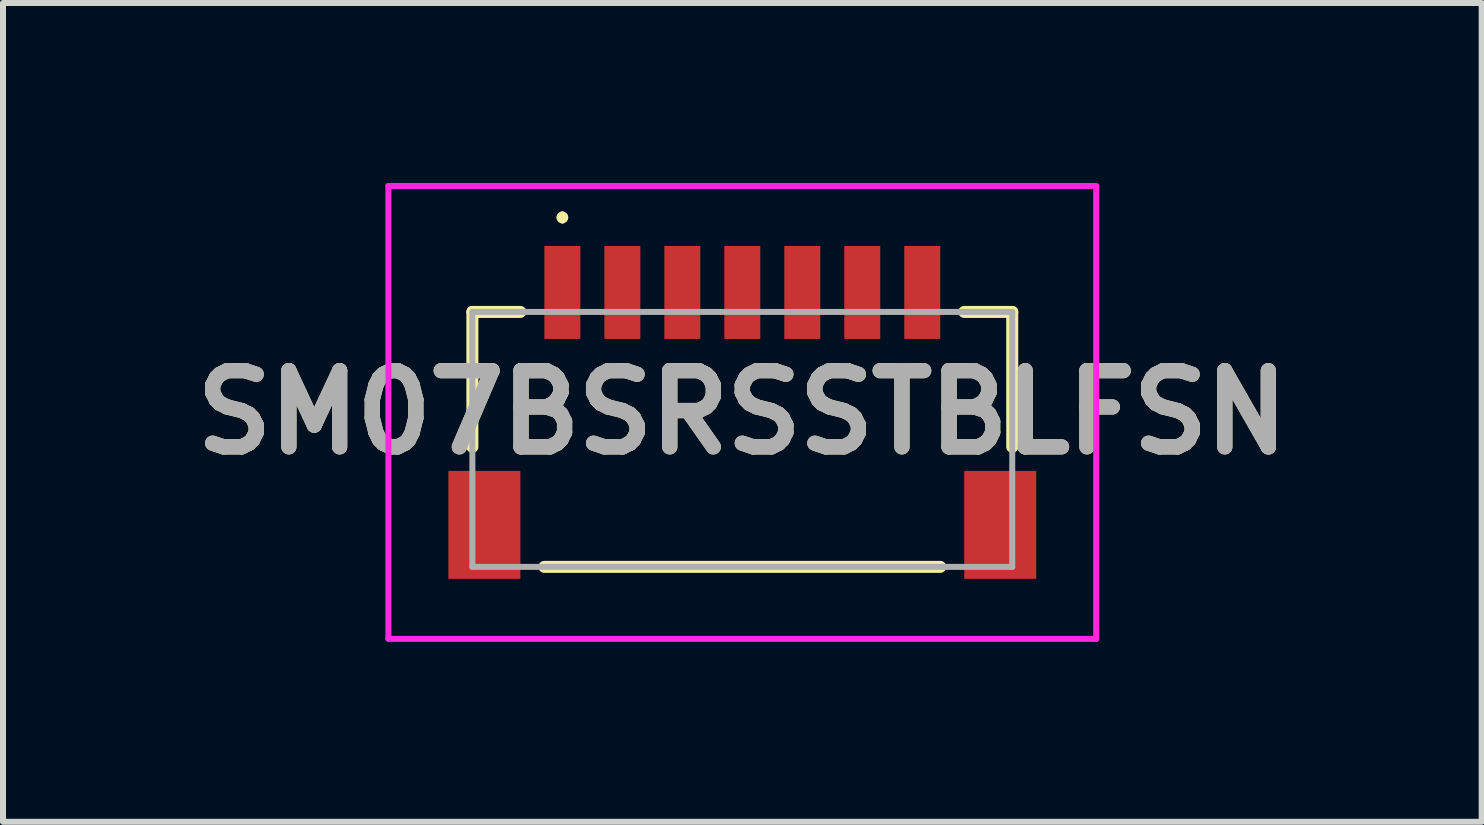
<source format=kicad_pcb>
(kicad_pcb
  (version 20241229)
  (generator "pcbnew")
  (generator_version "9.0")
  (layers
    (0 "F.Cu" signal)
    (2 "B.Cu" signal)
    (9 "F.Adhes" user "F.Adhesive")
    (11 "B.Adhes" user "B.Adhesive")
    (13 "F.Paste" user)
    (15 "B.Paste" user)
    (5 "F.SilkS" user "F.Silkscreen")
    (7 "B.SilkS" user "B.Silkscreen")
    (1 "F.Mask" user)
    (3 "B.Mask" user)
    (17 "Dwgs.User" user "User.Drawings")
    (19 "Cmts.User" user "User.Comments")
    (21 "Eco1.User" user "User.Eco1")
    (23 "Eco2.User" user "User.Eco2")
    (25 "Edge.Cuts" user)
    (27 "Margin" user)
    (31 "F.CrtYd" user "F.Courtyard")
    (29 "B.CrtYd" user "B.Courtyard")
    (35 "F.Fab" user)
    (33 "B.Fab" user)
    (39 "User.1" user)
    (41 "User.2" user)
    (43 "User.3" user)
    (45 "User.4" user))
  (footprint "SM07BSRSSTBLFSN"
    (layer "F.Cu")
    (at 9.325 3.825)
    (property "Reference" "SM07BSRSSTBLFSN" (at 0 0 0) (layer "F.SilkS") (effects (font (size 1.27 1.27) (thickness 0.254))))
    (attr smd)
    (fp_line (start -4.5 -1.675) (end -4.5 0.575) (stroke (width 0.2) (type solid)) (layer "F.SilkS"))
    (fp_line (start -3.7 -1.675) (end -4.5 -1.675) (stroke (width 0.2) (type solid)) (layer "F.SilkS"))
    (fp_line (start -3.3 2.575) (end 3.3 2.575) (stroke (width 0.2) (type solid)) (layer "F.SilkS"))
    (fp_line (start -3 -3.3) (end -3 -3.3) (stroke (width 0.1) (type solid)) (layer "F.SilkS"))
    (fp_line (start -3 -3.2) (end -3 -3.2) (stroke (width 0.1) (type solid)) (layer "F.SilkS"))
    (fp_line (start 3.7 -1.675) (end 4.5 -1.675) (stroke (width 0.2) (type solid)) (layer "F.SilkS"))
    (fp_line (start 4.5 -1.675) (end 4.5 0.575) (stroke (width 0.2) (type solid)) (layer "F.SilkS"))
    (fp_arc (start -3 -3.3) (mid -2.95 -3.25) (end -3 -3.2) (stroke (width 0.1) (type solid)) (layer "F.SilkS"))
    (fp_arc (start -3 -3.2) (mid -3.05 -3.25) (end -3 -3.3) (stroke (width 0.1) (type solid)) (layer "F.SilkS"))
    (fp_line (start -5.9 -3.775) (end 5.9 -3.775) (stroke (width 0.1) (type solid)) (layer "F.CrtYd"))
    (fp_line (start -5.9 3.775) (end -5.9 -3.775) (stroke (width 0.1) (type solid)) (layer "F.CrtYd"))
    (fp_line (start 5.9 -3.775) (end 5.9 3.775) (stroke (width 0.1) (type solid)) (layer "F.CrtYd"))
    (fp_line (start 5.9 3.775) (end -5.9 3.775) (stroke (width 0.1) (type solid)) (layer "F.CrtYd"))
    (fp_line (start -4.5 -1.675) (end 4.5 -1.675) (stroke (width 0.1) (type solid)) (layer "F.Fab"))
    (fp_line (start -4.5 2.575) (end -4.5 -1.675) (stroke (width 0.1) (type solid)) (layer "F.Fab"))
    (fp_line (start 4.5 -1.675) (end 4.5 2.575) (stroke (width 0.1) (type solid)) (layer "F.Fab"))
    (fp_line (start 4.5 2.575) (end -4.5 2.575) (stroke (width 0.1) (type solid)) (layer "F.Fab"))
    (fp_text user "${REFERENCE}" (at 0 0 0) (layer "F.Fab") (effects (font (size 1.27 1.27) (thickness 0.254))))
    (pad "1" smd rect (at -3 -2) (size 0.6 1.55) (layers "F.Cu" "F.Mask" "F.Paste"))
    (pad "2" smd rect (at -2 -2) (size 0.6 1.55) (layers "F.Cu" "F.Mask" "F.Paste"))
    (pad "3" smd rect (at -1 -2) (size 0.6 1.55) (layers "F.Cu" "F.Mask" "F.Paste"))
    (pad "4" smd rect (at 0 -2) (size 0.6 1.55) (layers "F.Cu" "F.Mask" "F.Paste"))
    (pad "5" smd rect (at 1 -2) (size 0.6 1.55) (layers "F.Cu" "F.Mask" "F.Paste"))
    (pad "6" smd rect (at 2 -2) (size 0.6 1.55) (layers "F.Cu" "F.Mask" "F.Paste"))
    (pad "7" smd rect (at 3 -2) (size 0.6 1.55) (layers "F.Cu" "F.Mask" "F.Paste"))
    (pad "8" smd rect (at -4.3 1.875) (size 1.2 1.8) (layers "F.Cu" "F.Mask" "F.Paste"))
    (pad "9" smd rect (at 4.3 1.875) (size 1.2 1.8) (layers "F.Cu" "F.Mask" "F.Paste")))
  (gr_rect
    (start -3 -3)
    (end 21.651 10.65)
    (stroke (width 0.1) (type default))
    (fill no)
    (layer "Edge.Cuts")))
</source>
